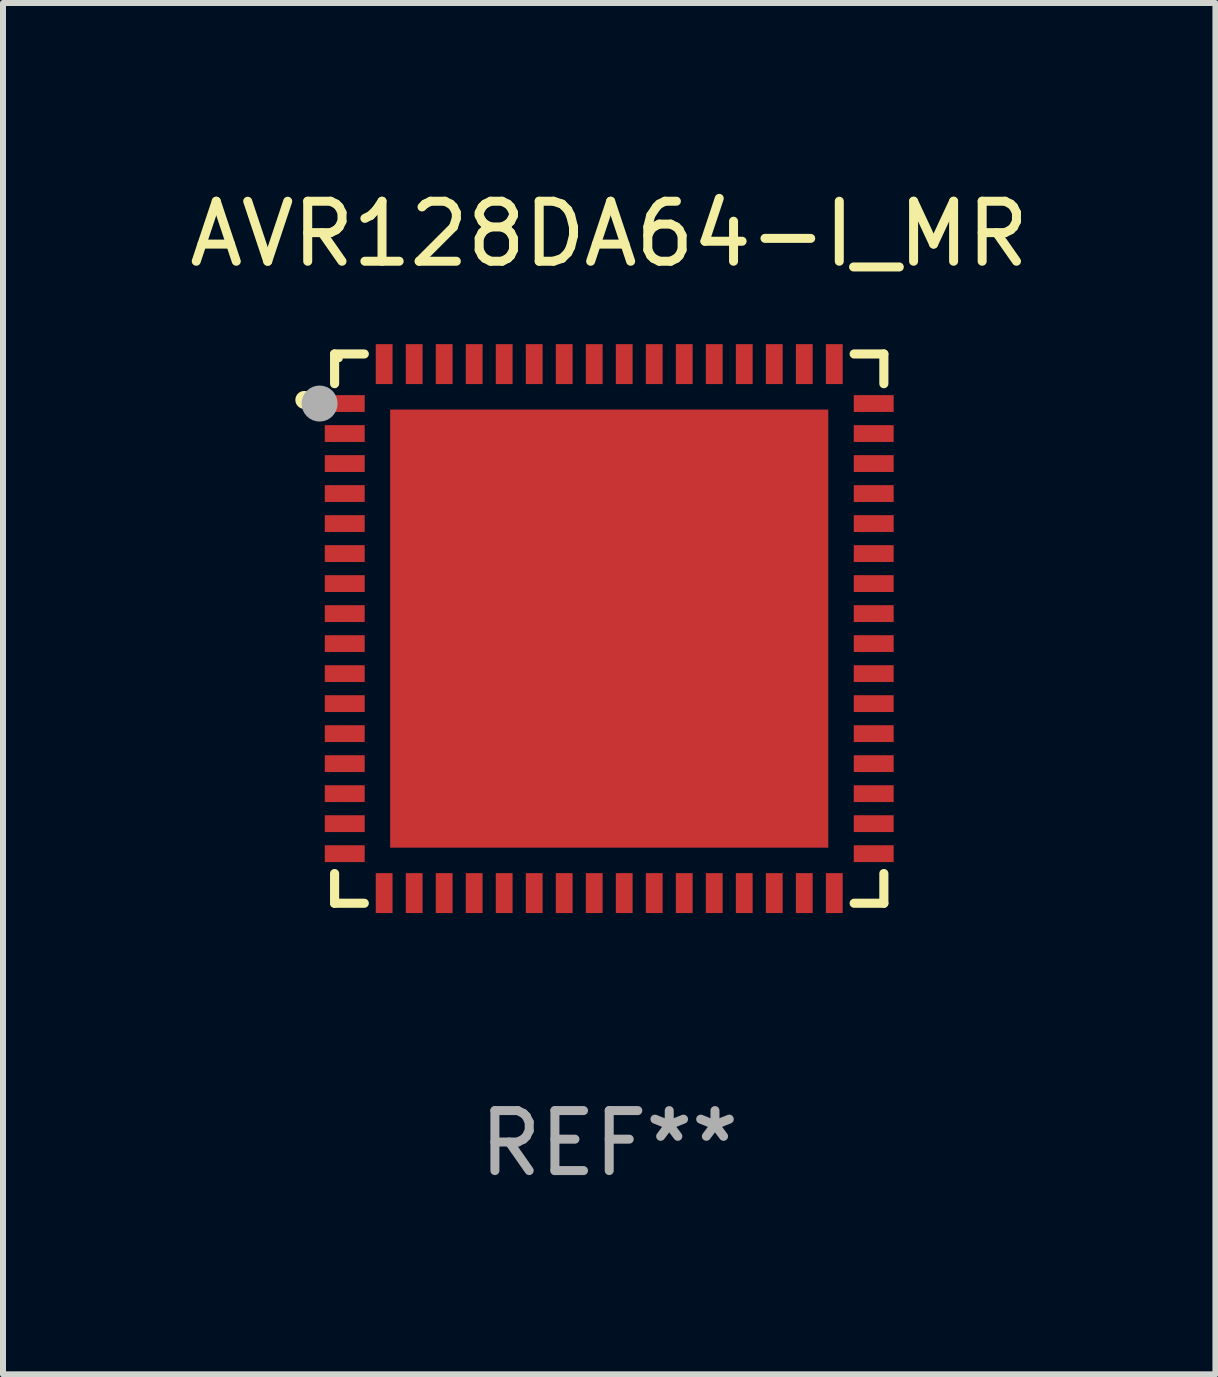
<source format=kicad_pcb>
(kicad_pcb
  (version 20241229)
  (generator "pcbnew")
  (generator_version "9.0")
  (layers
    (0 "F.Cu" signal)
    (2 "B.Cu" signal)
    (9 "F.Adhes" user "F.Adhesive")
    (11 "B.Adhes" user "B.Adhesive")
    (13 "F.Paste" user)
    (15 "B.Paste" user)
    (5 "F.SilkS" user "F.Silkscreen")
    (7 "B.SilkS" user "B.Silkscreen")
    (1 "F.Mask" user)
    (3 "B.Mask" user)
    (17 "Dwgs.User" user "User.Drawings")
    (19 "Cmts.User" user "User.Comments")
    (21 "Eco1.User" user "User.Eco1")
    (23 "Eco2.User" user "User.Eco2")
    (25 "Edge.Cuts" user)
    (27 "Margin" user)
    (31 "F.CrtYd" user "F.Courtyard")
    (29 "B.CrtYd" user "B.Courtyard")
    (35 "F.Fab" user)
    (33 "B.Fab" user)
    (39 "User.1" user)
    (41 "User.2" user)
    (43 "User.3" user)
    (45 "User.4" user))
  (footprint "AVR128DA64-I_MR"
    (layer "F.Cu")
    (at 7.101 7.424)
    (property "Reference" "AVR128DA64-I_MR" (at 0 -6.576 0) (layer "F.SilkS") (effects (font (size 1 1) (thickness 0.15))))
    (attr through_hole)
    (fp_line (start -4.576 -4.576) (end -4.576 -4.081) (stroke (width 0.152) (type solid)) (layer "F.SilkS"))
    (fp_line (start -4.576 4.576) (end -4.576 4.081) (stroke (width 0.152) (type solid)) (layer "F.SilkS"))
    (fp_line (start -4.081 -4.576) (end -4.576 -4.576) (stroke (width 0.152) (type solid)) (layer "F.SilkS"))
    (fp_line (start -4.081 4.576) (end -4.576 4.576) (stroke (width 0.152) (type solid)) (layer "F.SilkS"))
    (fp_line (start 4.081 -4.576) (end 4.576 -4.576) (stroke (width 0.152) (type solid)) (layer "F.SilkS"))
    (fp_line (start 4.081 4.576) (end 4.576 4.576) (stroke (width 0.152) (type solid)) (layer "F.SilkS"))
    (fp_line (start 4.576 -4.576) (end 4.576 -4.081) (stroke (width 0.152) (type solid)) (layer "F.SilkS"))
    (fp_line (start 4.576 4.576) (end 4.576 4.081) (stroke (width 0.152) (type solid)) (layer "F.SilkS"))
    (fp_circle (center -5.08 -3.81) (end -5.005 -3.81) (stroke (width 0.15) (type solid)) (fill no) (layer "F.SilkS"))
    (fp_circle (center -4.5 -4.5) (end -4.47 -4.5) (stroke (width 0.06) (type solid)) (fill no) (layer "F.SilkS"))
    (fp_circle (center -4.826 -3.75) (end -4.676 -3.75) (stroke (width 0.3) (type solid)) (fill no) (layer "F.Fab"))
    (fp_text user "REF**" (at 0 8.576 0) (layer "F.Fab") (effects (font (size 1 1) (thickness 0.15))))
    (pad "1" smd rect (at -4.407 -3.75) (size 0.665 0.28) (layers "F.Cu" "F.Mask" "F.Paste"))
    (pad "2" smd rect (at -4.407 -3.25) (size 0.665 0.28) (layers "F.Cu" "F.Mask" "F.Paste"))
    (pad "3" smd rect (at -4.407 -2.75) (size 0.665 0.28) (layers "F.Cu" "F.Mask" "F.Paste"))
    (pad "4" smd rect (at -4.407 -2.25) (size 0.665 0.28) (layers "F.Cu" "F.Mask" "F.Paste"))
    (pad "5" smd rect (at -4.407 -1.75) (size 0.665 0.28) (layers "F.Cu" "F.Mask" "F.Paste"))
    (pad "6" smd rect (at -4.407 -1.25) (size 0.665 0.28) (layers "F.Cu" "F.Mask" "F.Paste"))
    (pad "7" smd rect (at -4.407 -0.75) (size 0.665 0.28) (layers "F.Cu" "F.Mask" "F.Paste"))
    (pad "8" smd rect (at -4.407 -0.25) (size 0.665 0.28) (layers "F.Cu" "F.Mask" "F.Paste"))
    (pad "9" smd rect (at -4.407 0.25) (size 0.665 0.28) (layers "F.Cu" "F.Mask" "F.Paste"))
    (pad "10" smd rect (at -4.407 0.75) (size 0.665 0.28) (layers "F.Cu" "F.Mask" "F.Paste"))
    (pad "11" smd rect (at -4.407 1.25) (size 0.665 0.28) (layers "F.Cu" "F.Mask" "F.Paste"))
    (pad "12" smd rect (at -4.407 1.75) (size 0.665 0.28) (layers "F.Cu" "F.Mask" "F.Paste"))
    (pad "13" smd rect (at -4.407 2.25) (size 0.665 0.28) (layers "F.Cu" "F.Mask" "F.Paste"))
    (pad "14" smd rect (at -4.407 2.75) (size 0.665 0.28) (layers "F.Cu" "F.Mask" "F.Paste"))
    (pad "15" smd rect (at -4.407 3.25) (size 0.665 0.28) (layers "F.Cu" "F.Mask" "F.Paste"))
    (pad "16" smd rect (at -4.407 3.75) (size 0.665 0.28) (layers "F.Cu" "F.Mask" "F.Paste"))
    (pad "17" smd rect (at -3.75 4.407) (size 0.28 0.665) (layers "F.Cu" "F.Mask" "F.Paste"))
    (pad "18" smd rect (at -3.25 4.407) (size 0.28 0.665) (layers "F.Cu" "F.Mask" "F.Paste"))
    (pad "19" smd rect (at -2.75 4.407) (size 0.28 0.665) (layers "F.Cu" "F.Mask" "F.Paste"))
    (pad "20" smd rect (at -2.25 4.407) (size 0.28 0.665) (layers "F.Cu" "F.Mask" "F.Paste"))
    (pad "21" smd rect (at -1.75 4.407) (size 0.28 0.665) (layers "F.Cu" "F.Mask" "F.Paste"))
    (pad "22" smd rect (at -1.25 4.407) (size 0.28 0.665) (layers "F.Cu" "F.Mask" "F.Paste"))
    (pad "23" smd rect (at -0.75 4.407) (size 0.28 0.665) (layers "F.Cu" "F.Mask" "F.Paste"))
    (pad "24" smd rect (at -0.25 4.407) (size 0.28 0.665) (layers "F.Cu" "F.Mask" "F.Paste"))
    (pad "25" smd rect (at 0.25 4.407) (size 0.28 0.665) (layers "F.Cu" "F.Mask" "F.Paste"))
    (pad "26" smd rect (at 0.75 4.407) (size 0.28 0.665) (layers "F.Cu" "F.Mask" "F.Paste"))
    (pad "27" smd rect (at 1.25 4.407) (size 0.28 0.665) (layers "F.Cu" "F.Mask" "F.Paste"))
    (pad "28" smd rect (at 1.75 4.407) (size 0.28 0.665) (layers "F.Cu" "F.Mask" "F.Paste"))
    (pad "29" smd rect (at 2.25 4.407) (size 0.28 0.665) (layers "F.Cu" "F.Mask" "F.Paste"))
    (pad "30" smd rect (at 2.75 4.407) (size 0.28 0.665) (layers "F.Cu" "F.Mask" "F.Paste"))
    (pad "31" smd rect (at 3.25 4.407) (size 0.28 0.665) (layers "F.Cu" "F.Mask" "F.Paste"))
    (pad "32" smd rect (at 3.75 4.407) (size 0.28 0.665) (layers "F.Cu" "F.Mask" "F.Paste"))
    (pad "33" smd rect (at 4.407 3.75) (size 0.665 0.28) (layers "F.Cu" "F.Mask" "F.Paste"))
    (pad "34" smd rect (at 4.407 3.25) (size 0.665 0.28) (layers "F.Cu" "F.Mask" "F.Paste"))
    (pad "35" smd rect (at 4.407 2.75) (size 0.665 0.28) (layers "F.Cu" "F.Mask" "F.Paste"))
    (pad "36" smd rect (at 4.407 2.25) (size 0.665 0.28) (layers "F.Cu" "F.Mask" "F.Paste"))
    (pad "37" smd rect (at 4.407 1.75) (size 0.665 0.28) (layers "F.Cu" "F.Mask" "F.Paste"))
    (pad "38" smd rect (at 4.407 1.25) (size 0.665 0.28) (layers "F.Cu" "F.Mask" "F.Paste"))
    (pad "39" smd rect (at 4.407 0.75) (size 0.665 0.28) (layers "F.Cu" "F.Mask" "F.Paste"))
    (pad "40" smd rect (at 4.407 0.25) (size 0.665 0.28) (layers "F.Cu" "F.Mask" "F.Paste"))
    (pad "41" smd rect (at 4.407 -0.25) (size 0.665 0.28) (layers "F.Cu" "F.Mask" "F.Paste"))
    (pad "42" smd rect (at 4.407 -0.75) (size 0.665 0.28) (layers "F.Cu" "F.Mask" "F.Paste"))
    (pad "43" smd rect (at 4.407 -1.25) (size 0.665 0.28) (layers "F.Cu" "F.Mask" "F.Paste"))
    (pad "44" smd rect (at 4.407 -1.75) (size 0.665 0.28) (layers "F.Cu" "F.Mask" "F.Paste"))
    (pad "45" smd rect (at 4.407 -2.25) (size 0.665 0.28) (layers "F.Cu" "F.Mask" "F.Paste"))
    (pad "46" smd rect (at 4.407 -2.75) (size 0.665 0.28) (layers "F.Cu" "F.Mask" "F.Paste"))
    (pad "47" smd rect (at 4.407 -3.25) (size 0.665 0.28) (layers "F.Cu" "F.Mask" "F.Paste"))
    (pad "48" smd rect (at 4.407 -3.75) (size 0.665 0.28) (layers "F.Cu" "F.Mask" "F.Paste"))
    (pad "49" smd rect (at 3.75 -4.407) (size 0.28 0.665) (layers "F.Cu" "F.Mask" "F.Paste"))
    (pad "50" smd rect (at 3.25 -4.407) (size 0.28 0.665) (layers "F.Cu" "F.Mask" "F.Paste"))
    (pad "51" smd rect (at 2.75 -4.407) (size 0.28 0.665) (layers "F.Cu" "F.Mask" "F.Paste"))
    (pad "52" smd rect (at 2.25 -4.407) (size 0.28 0.665) (layers "F.Cu" "F.Mask" "F.Paste"))
    (pad "53" smd rect (at 1.75 -4.407) (size 0.28 0.665) (layers "F.Cu" "F.Mask" "F.Paste"))
    (pad "54" smd rect (at 1.25 -4.407) (size 0.28 0.665) (layers "F.Cu" "F.Mask" "F.Paste"))
    (pad "55" smd rect (at 0.75 -4.407) (size 0.28 0.665) (layers "F.Cu" "F.Mask" "F.Paste"))
    (pad "56" smd rect (at 0.25 -4.407) (size 0.28 0.665) (layers "F.Cu" "F.Mask" "F.Paste"))
    (pad "57" smd rect (at -0.25 -4.407) (size 0.28 0.665) (layers "F.Cu" "F.Mask" "F.Paste"))
    (pad "58" smd rect (at -0.75 -4.407) (size 0.28 0.665) (layers "F.Cu" "F.Mask" "F.Paste"))
    (pad "59" smd rect (at -1.25 -4.407) (size 0.28 0.665) (layers "F.Cu" "F.Mask" "F.Paste"))
    (pad "60" smd rect (at -1.75 -4.407) (size 0.28 0.665) (layers "F.Cu" "F.Mask" "F.Paste"))
    (pad "61" smd rect (at -2.25 -4.407) (size 0.28 0.665) (layers "F.Cu" "F.Mask" "F.Paste"))
    (pad "62" smd rect (at -2.75 -4.407) (size 0.28 0.665) (layers "F.Cu" "F.Mask" "F.Paste"))
    (pad "63" smd rect (at -3.25 -4.407) (size 0.28 0.665) (layers "F.Cu" "F.Mask" "F.Paste"))
    (pad "64" smd rect (at -3.75 -4.407) (size 0.28 0.665) (layers "F.Cu" "F.Mask" "F.Paste"))
    (pad "65" smd rect (at 0 0) (size 7.3 7.3) (layers "F.Cu" "F.Mask" "F.Paste")))
  (gr_rect
    (start -3 -3)
    (end 17.202 19.849)
    (stroke (width 0.1) (type default))
    (fill no)
    (layer "Edge.Cuts")))
</source>
